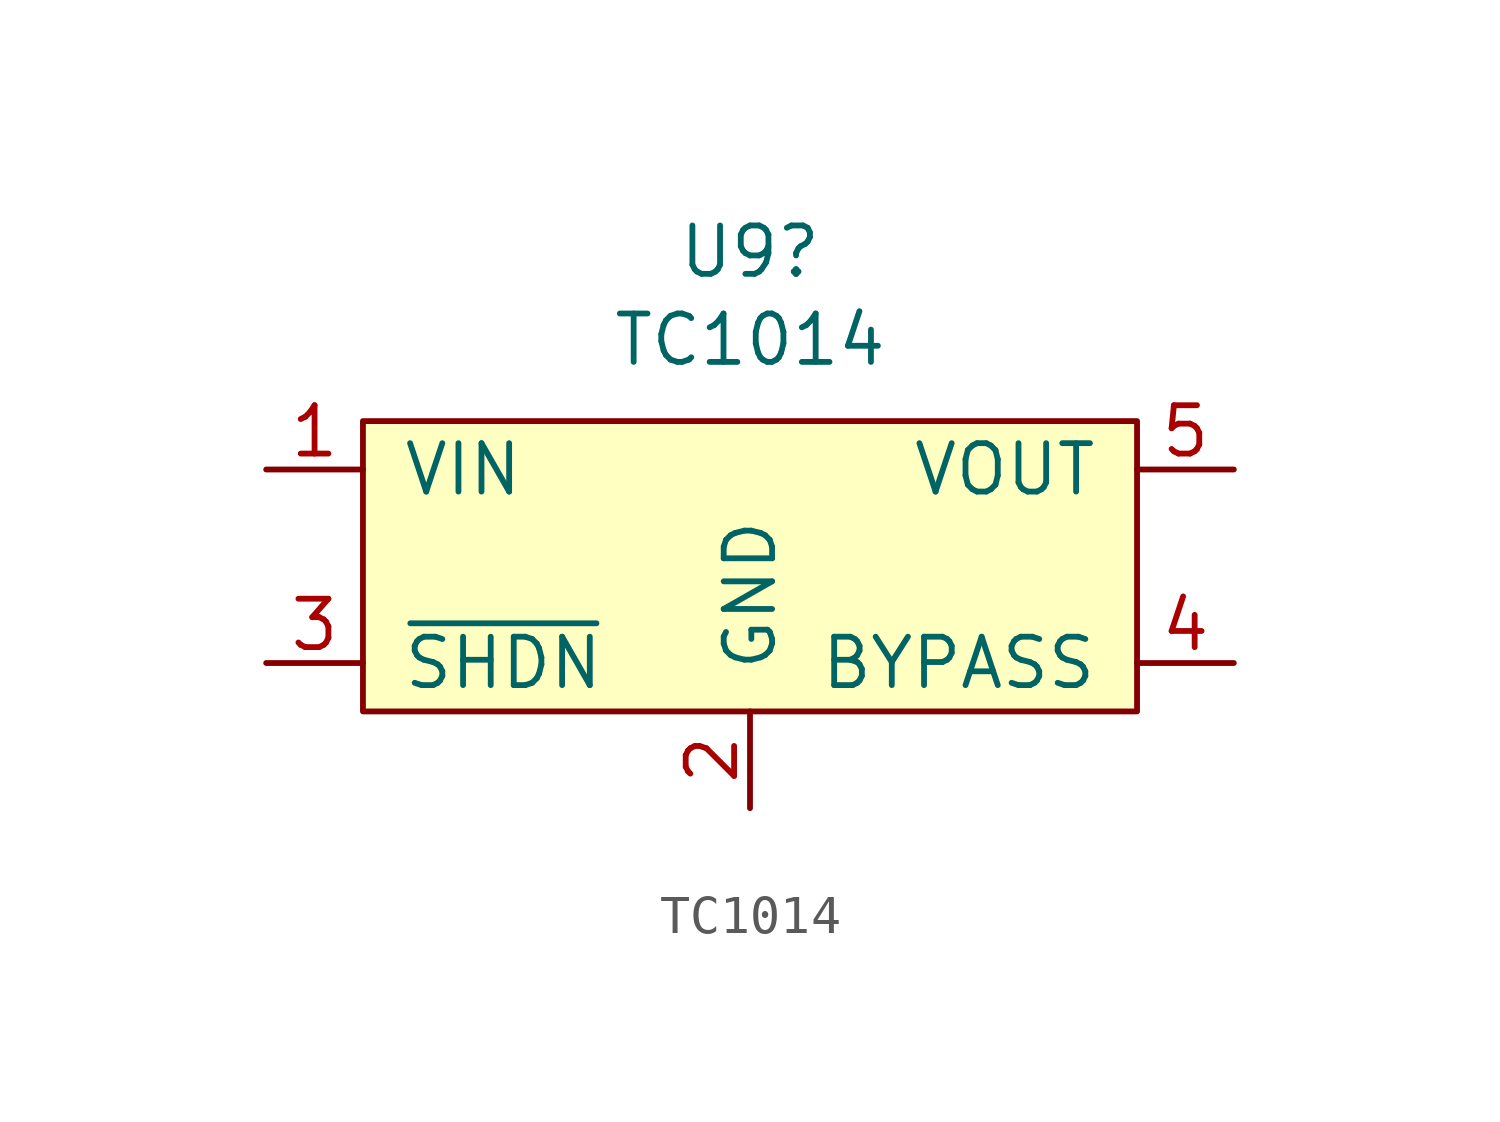
<source format=kicad_sym>
(kicad_symbol_lib
  (version 20220126)
  (generator kicad_symbol_editor)
  (symbol "TC1014"
    (pin_names
      (offset 1.016))
    (property "Reference" "U9"
      (at 0 8.255 0)
      (effects (font (size 1.27 1.27))))
    (property "Value" "TC1014"
      (at 0 5.944 0)
      (effects (font (size 1.27 1.27))))
    (symbol "TC1014_0_1"
      (rectangle (start -10.16 3.81) (end 10.16 -3.81) (stroke (width 0) (type default)) (fill (type background))))
    (symbol "TC1014_1_1"
      (pin input line (at -12.7 2.54 0) (length 2.54) (name "VIN" (effects (font (size 1.27 1.27)))) (number "1" (effects (font (size 1.27 1.27)))))
      (pin input line (at 0 -6.35 90) (length 2.54) (name "GND" (effects (font (size 1.27 1.27)))) (number "2" (effects (font (size 1.27 1.27)))))
      (pin input line (at -12.7 -2.54 0) (length 2.54) (name "~{SHDN}" (effects (font (size 1.27 1.27)))) (number "3" (effects (font (size 1.27 1.27)))))
      (pin output line (at 12.7 -2.54 180) (length 2.54) (name "BYPASS" (effects (font (size 1.27 1.27)))) (number "4" (effects (font (size 1.27 1.27)))))
      (pin output line (at 12.7 2.54 180) (length 2.54) (name "VOUT" (effects (font (size 1.27 1.27)))) (number "5" (effects (font (size 1.27 1.27))))))))
</source>
